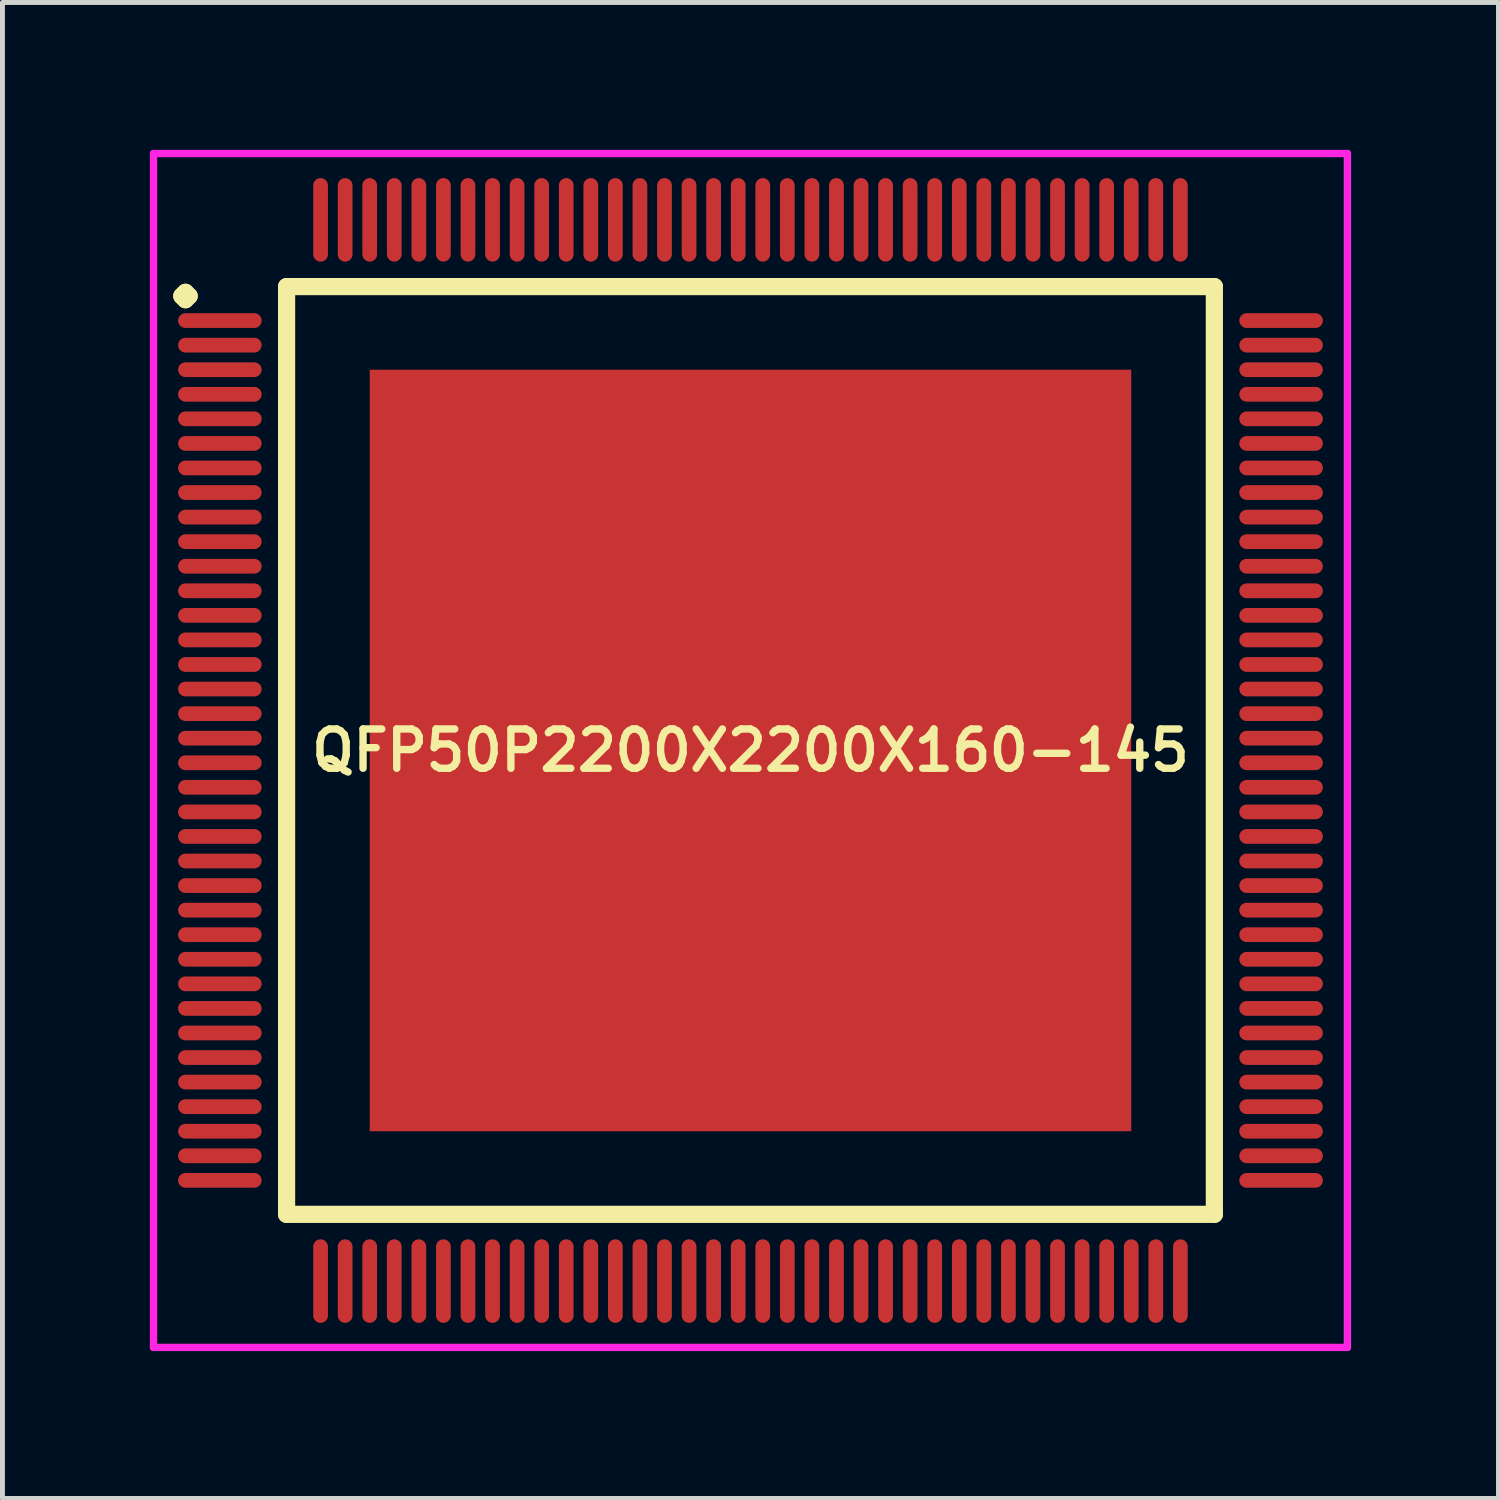
<source format=kicad_pcb>
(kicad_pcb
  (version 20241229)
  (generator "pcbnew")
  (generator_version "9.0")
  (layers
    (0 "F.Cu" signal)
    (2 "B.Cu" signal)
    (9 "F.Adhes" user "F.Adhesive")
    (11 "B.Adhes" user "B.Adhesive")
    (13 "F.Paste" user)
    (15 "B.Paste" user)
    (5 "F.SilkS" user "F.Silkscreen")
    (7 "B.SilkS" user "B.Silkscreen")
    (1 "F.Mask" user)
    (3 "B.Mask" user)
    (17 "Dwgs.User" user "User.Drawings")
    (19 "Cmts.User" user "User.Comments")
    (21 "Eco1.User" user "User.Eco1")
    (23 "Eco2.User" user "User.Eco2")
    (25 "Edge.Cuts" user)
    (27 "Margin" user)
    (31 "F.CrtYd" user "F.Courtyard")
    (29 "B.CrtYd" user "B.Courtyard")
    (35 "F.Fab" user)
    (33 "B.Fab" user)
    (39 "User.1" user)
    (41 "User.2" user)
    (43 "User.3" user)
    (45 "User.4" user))
  (footprint "QFP50P2200X2200X160-145"
    (layer "F.Cu")
    (at 12.225 12.225)
    (property "Reference" "QFP50P2200X2200X160-145" (at 0 0 0) (layer "F.SilkS") (effects (font (size 0.8 0.8) (thickness 0.15))))
    (attr smd)
    (fp_line (start -11.575 -9.25) (end -11.5 -9.325) (stroke (width 0.35) (type solid)) (layer "F.SilkS"))
    (fp_line (start -11.5 -9.325) (end -11.425 -9.25) (stroke (width 0.35) (type solid)) (layer "F.SilkS"))
    (fp_line (start -11.5 -9.175) (end -11.575 -9.25) (stroke (width 0.35) (type solid)) (layer "F.SilkS"))
    (fp_line (start -11.425 -9.25) (end -11.5 -9.175) (stroke (width 0.35) (type solid)) (layer "F.SilkS"))
    (fp_line (start -9.442 -9.442) (end -9.442 9.442) (stroke (width 0.35) (type solid)) (layer "F.SilkS"))
    (fp_line (start -9.442 9.442) (end 9.442 9.442) (stroke (width 0.35) (type solid)) (layer "F.SilkS"))
    (fp_line (start 9.442 -9.442) (end -9.442 -9.442) (stroke (width 0.35) (type solid)) (layer "F.SilkS"))
    (fp_line (start 9.442 9.442) (end 9.442 -9.442) (stroke (width 0.35) (type solid)) (layer "F.SilkS"))
    (fp_line (start -12.15 -12.15) (end 12.15 -12.15) (stroke (width 0.15) (type solid)) (layer "F.CrtYd"))
    (fp_line (start -12.15 12.15) (end -12.15 -12.15) (stroke (width 0.15) (type solid)) (layer "F.CrtYd"))
    (fp_line (start 12.15 -12.15) (end 12.15 12.15) (stroke (width 0.15) (type solid)) (layer "F.CrtYd"))
    (fp_line (start 12.15 12.15) (end -12.15 12.15) (stroke (width 0.15) (type solid)) (layer "F.CrtYd"))
    (pad "1" smd oval (at -10.8 -8.75) (size 1.7 0.3) (layers "F.Cu" "F.Mask" "F.Paste"))
    (pad "2" smd oval (at -10.8 -8.25) (size 1.7 0.3) (layers "F.Cu" "F.Mask" "F.Paste"))
    (pad "3" smd oval (at -10.8 -7.75) (size 1.7 0.3) (layers "F.Cu" "F.Mask" "F.Paste"))
    (pad "4" smd oval (at -10.8 -7.25) (size 1.7 0.3) (layers "F.Cu" "F.Mask" "F.Paste"))
    (pad "5" smd oval (at -10.8 -6.75) (size 1.7 0.3) (layers "F.Cu" "F.Mask" "F.Paste"))
    (pad "6" smd oval (at -10.8 -6.25) (size 1.7 0.3) (layers "F.Cu" "F.Mask" "F.Paste"))
    (pad "7" smd oval (at -10.8 -5.75) (size 1.7 0.3) (layers "F.Cu" "F.Mask" "F.Paste"))
    (pad "8" smd oval (at -10.8 -5.25) (size 1.7 0.3) (layers "F.Cu" "F.Mask" "F.Paste"))
    (pad "9" smd oval (at -10.8 -4.75) (size 1.7 0.3) (layers "F.Cu" "F.Mask" "F.Paste"))
    (pad "10" smd oval (at -10.8 -4.25) (size 1.7 0.3) (layers "F.Cu" "F.Mask" "F.Paste"))
    (pad "11" smd oval (at -10.8 -3.75) (size 1.7 0.3) (layers "F.Cu" "F.Mask" "F.Paste"))
    (pad "12" smd oval (at -10.8 -3.25) (size 1.7 0.3) (layers "F.Cu" "F.Mask" "F.Paste"))
    (pad "13" smd oval (at -10.8 -2.75) (size 1.7 0.3) (layers "F.Cu" "F.Mask" "F.Paste"))
    (pad "14" smd oval (at -10.8 -2.25) (size 1.7 0.3) (layers "F.Cu" "F.Mask" "F.Paste"))
    (pad "15" smd oval (at -10.8 -1.75) (size 1.7 0.3) (layers "F.Cu" "F.Mask" "F.Paste"))
    (pad "16" smd oval (at -10.8 -1.25) (size 1.7 0.3) (layers "F.Cu" "F.Mask" "F.Paste"))
    (pad "17" smd oval (at -10.8 -0.75) (size 1.7 0.3) (layers "F.Cu" "F.Mask" "F.Paste"))
    (pad "18" smd oval (at -10.8 -0.25) (size 1.7 0.3) (layers "F.Cu" "F.Mask" "F.Paste"))
    (pad "19" smd oval (at -10.8 0.25) (size 1.7 0.3) (layers "F.Cu" "F.Mask" "F.Paste"))
    (pad "20" smd oval (at -10.8 0.75) (size 1.7 0.3) (layers "F.Cu" "F.Mask" "F.Paste"))
    (pad "21" smd oval (at -10.8 1.25) (size 1.7 0.3) (layers "F.Cu" "F.Mask" "F.Paste"))
    (pad "22" smd oval (at -10.8 1.75) (size 1.7 0.3) (layers "F.Cu" "F.Mask" "F.Paste"))
    (pad "23" smd oval (at -10.8 2.25) (size 1.7 0.3) (layers "F.Cu" "F.Mask" "F.Paste"))
    (pad "24" smd oval (at -10.8 2.75) (size 1.7 0.3) (layers "F.Cu" "F.Mask" "F.Paste"))
    (pad "25" smd oval (at -10.8 3.25) (size 1.7 0.3) (layers "F.Cu" "F.Mask" "F.Paste"))
    (pad "26" smd oval (at -10.8 3.75) (size 1.7 0.3) (layers "F.Cu" "F.Mask" "F.Paste"))
    (pad "27" smd oval (at -10.8 4.25) (size 1.7 0.3) (layers "F.Cu" "F.Mask" "F.Paste"))
    (pad "28" smd oval (at -10.8 4.75) (size 1.7 0.3) (layers "F.Cu" "F.Mask" "F.Paste"))
    (pad "29" smd oval (at -10.8 5.25) (size 1.7 0.3) (layers "F.Cu" "F.Mask" "F.Paste"))
    (pad "30" smd oval (at -10.8 5.75) (size 1.7 0.3) (layers "F.Cu" "F.Mask" "F.Paste"))
    (pad "31" smd oval (at -10.8 6.25) (size 1.7 0.3) (layers "F.Cu" "F.Mask" "F.Paste"))
    (pad "32" smd oval (at -10.8 6.75) (size 1.7 0.3) (layers "F.Cu" "F.Mask" "F.Paste"))
    (pad "33" smd oval (at -10.8 7.25) (size 1.7 0.3) (layers "F.Cu" "F.Mask" "F.Paste"))
    (pad "34" smd oval (at -10.8 7.75) (size 1.7 0.3) (layers "F.Cu" "F.Mask" "F.Paste"))
    (pad "35" smd oval (at -10.8 8.25) (size 1.7 0.3) (layers "F.Cu" "F.Mask" "F.Paste"))
    (pad "36" smd oval (at -10.8 8.75) (size 1.7 0.3) (layers "F.Cu" "F.Mask" "F.Paste"))
    (pad "37" smd oval (at -8.75 10.8) (size 0.3 1.7) (layers "F.Cu" "F.Mask" "F.Paste"))
    (pad "38" smd oval (at -8.25 10.8) (size 0.3 1.7) (layers "F.Cu" "F.Mask" "F.Paste"))
    (pad "39" smd oval (at -7.75 10.8) (size 0.3 1.7) (layers "F.Cu" "F.Mask" "F.Paste"))
    (pad "40" smd oval (at -7.25 10.8) (size 0.3 1.7) (layers "F.Cu" "F.Mask" "F.Paste"))
    (pad "41" smd oval (at -6.75 10.8) (size 0.3 1.7) (layers "F.Cu" "F.Mask" "F.Paste"))
    (pad "42" smd oval (at -6.25 10.8) (size 0.3 1.7) (layers "F.Cu" "F.Mask" "F.Paste"))
    (pad "43" smd oval (at -5.75 10.8) (size 0.3 1.7) (layers "F.Cu" "F.Mask" "F.Paste"))
    (pad "44" smd oval (at -5.25 10.8) (size 0.3 1.7) (layers "F.Cu" "F.Mask" "F.Paste"))
    (pad "45" smd oval (at -4.75 10.8) (size 0.3 1.7) (layers "F.Cu" "F.Mask" "F.Paste"))
    (pad "46" smd oval (at -4.25 10.8) (size 0.3 1.7) (layers "F.Cu" "F.Mask" "F.Paste"))
    (pad "47" smd oval (at -3.75 10.8) (size 0.3 1.7) (layers "F.Cu" "F.Mask" "F.Paste"))
    (pad "48" smd oval (at -3.25 10.8) (size 0.3 1.7) (layers "F.Cu" "F.Mask" "F.Paste"))
    (pad "49" smd oval (at -2.75 10.8) (size 0.3 1.7) (layers "F.Cu" "F.Mask" "F.Paste"))
    (pad "50" smd oval (at -2.25 10.8) (size 0.3 1.7) (layers "F.Cu" "F.Mask" "F.Paste"))
    (pad "51" smd oval (at -1.75 10.8) (size 0.3 1.7) (layers "F.Cu" "F.Mask" "F.Paste"))
    (pad "52" smd oval (at -1.25 10.8) (size 0.3 1.7) (layers "F.Cu" "F.Mask" "F.Paste"))
    (pad "53" smd oval (at -0.75 10.8) (size 0.3 1.7) (layers "F.Cu" "F.Mask" "F.Paste"))
    (pad "54" smd oval (at -0.25 10.8) (size 0.3 1.7) (layers "F.Cu" "F.Mask" "F.Paste"))
    (pad "55" smd oval (at 0.25 10.8) (size 0.3 1.7) (layers "F.Cu" "F.Mask" "F.Paste"))
    (pad "56" smd oval (at 0.75 10.8) (size 0.3 1.7) (layers "F.Cu" "F.Mask" "F.Paste"))
    (pad "57" smd oval (at 1.25 10.8) (size 0.3 1.7) (layers "F.Cu" "F.Mask" "F.Paste"))
    (pad "58" smd oval (at 1.75 10.8) (size 0.3 1.7) (layers "F.Cu" "F.Mask" "F.Paste"))
    (pad "59" smd oval (at 2.25 10.8) (size 0.3 1.7) (layers "F.Cu" "F.Mask" "F.Paste"))
    (pad "60" smd oval (at 2.75 10.8) (size 0.3 1.7) (layers "F.Cu" "F.Mask" "F.Paste"))
    (pad "61" smd oval (at 3.25 10.8) (size 0.3 1.7) (layers "F.Cu" "F.Mask" "F.Paste"))
    (pad "62" smd oval (at 3.75 10.8) (size 0.3 1.7) (layers "F.Cu" "F.Mask" "F.Paste"))
    (pad "63" smd oval (at 4.25 10.8) (size 0.3 1.7) (layers "F.Cu" "F.Mask" "F.Paste"))
    (pad "64" smd oval (at 4.75 10.8) (size 0.3 1.7) (layers "F.Cu" "F.Mask" "F.Paste"))
    (pad "65" smd oval (at 5.25 10.8) (size 0.3 1.7) (layers "F.Cu" "F.Mask" "F.Paste"))
    (pad "66" smd oval (at 5.75 10.8) (size 0.3 1.7) (layers "F.Cu" "F.Mask" "F.Paste"))
    (pad "67" smd oval (at 6.25 10.8) (size 0.3 1.7) (layers "F.Cu" "F.Mask" "F.Paste"))
    (pad "68" smd oval (at 6.75 10.8) (size 0.3 1.7) (layers "F.Cu" "F.Mask" "F.Paste"))
    (pad "69" smd oval (at 7.25 10.8) (size 0.3 1.7) (layers "F.Cu" "F.Mask" "F.Paste"))
    (pad "70" smd oval (at 7.75 10.8) (size 0.3 1.7) (layers "F.Cu" "F.Mask" "F.Paste"))
    (pad "71" smd oval (at 8.25 10.8) (size 0.3 1.7) (layers "F.Cu" "F.Mask" "F.Paste"))
    (pad "72" smd oval (at 8.75 10.8) (size 0.3 1.7) (layers "F.Cu" "F.Mask" "F.Paste"))
    (pad "73" smd oval (at 10.8 8.75) (size 1.7 0.3) (layers "F.Cu" "F.Mask" "F.Paste"))
    (pad "74" smd oval (at 10.8 8.25) (size 1.7 0.3) (layers "F.Cu" "F.Mask" "F.Paste"))
    (pad "75" smd oval (at 10.8 7.75) (size 1.7 0.3) (layers "F.Cu" "F.Mask" "F.Paste"))
    (pad "76" smd oval (at 10.8 7.25) (size 1.7 0.3) (layers "F.Cu" "F.Mask" "F.Paste"))
    (pad "77" smd oval (at 10.8 6.75) (size 1.7 0.3) (layers "F.Cu" "F.Mask" "F.Paste"))
    (pad "78" smd oval (at 10.8 6.25) (size 1.7 0.3) (layers "F.Cu" "F.Mask" "F.Paste"))
    (pad "79" smd oval (at 10.8 5.75) (size 1.7 0.3) (layers "F.Cu" "F.Mask" "F.Paste"))
    (pad "80" smd oval (at 10.8 5.25) (size 1.7 0.3) (layers "F.Cu" "F.Mask" "F.Paste"))
    (pad "81" smd oval (at 10.8 4.75) (size 1.7 0.3) (layers "F.Cu" "F.Mask" "F.Paste"))
    (pad "82" smd oval (at 10.8 4.25) (size 1.7 0.3) (layers "F.Cu" "F.Mask" "F.Paste"))
    (pad "83" smd oval (at 10.8 3.75) (size 1.7 0.3) (layers "F.Cu" "F.Mask" "F.Paste"))
    (pad "84" smd oval (at 10.8 3.25) (size 1.7 0.3) (layers "F.Cu" "F.Mask" "F.Paste"))
    (pad "85" smd oval (at 10.8 2.75) (size 1.7 0.3) (layers "F.Cu" "F.Mask" "F.Paste"))
    (pad "86" smd oval (at 10.8 2.25) (size 1.7 0.3) (layers "F.Cu" "F.Mask" "F.Paste"))
    (pad "87" smd oval (at 10.8 1.75) (size 1.7 0.3) (layers "F.Cu" "F.Mask" "F.Paste"))
    (pad "88" smd oval (at 10.8 1.25) (size 1.7 0.3) (layers "F.Cu" "F.Mask" "F.Paste"))
    (pad "89" smd oval (at 10.8 0.75) (size 1.7 0.3) (layers "F.Cu" "F.Mask" "F.Paste"))
    (pad "90" smd oval (at 10.8 0.25) (size 1.7 0.3) (layers "F.Cu" "F.Mask" "F.Paste"))
    (pad "91" smd oval (at 10.8 -0.25) (size 1.7 0.3) (layers "F.Cu" "F.Mask" "F.Paste"))
    (pad "92" smd oval (at 10.8 -0.75) (size 1.7 0.3) (layers "F.Cu" "F.Mask" "F.Paste"))
    (pad "93" smd oval (at 10.8 -1.25) (size 1.7 0.3) (layers "F.Cu" "F.Mask" "F.Paste"))
    (pad "94" smd oval (at 10.8 -1.75) (size 1.7 0.3) (layers "F.Cu" "F.Mask" "F.Paste"))
    (pad "95" smd oval (at 10.8 -2.25) (size 1.7 0.3) (layers "F.Cu" "F.Mask" "F.Paste"))
    (pad "96" smd oval (at 10.8 -2.75) (size 1.7 0.3) (layers "F.Cu" "F.Mask" "F.Paste"))
    (pad "97" smd oval (at 10.8 -3.25) (size 1.7 0.3) (layers "F.Cu" "F.Mask" "F.Paste"))
    (pad "98" smd oval (at 10.8 -3.75) (size 1.7 0.3) (layers "F.Cu" "F.Mask" "F.Paste"))
    (pad "99" smd oval (at 10.8 -4.25) (size 1.7 0.3) (layers "F.Cu" "F.Mask" "F.Paste"))
    (pad "100" smd oval (at 10.8 -4.75) (size 1.7 0.3) (layers "F.Cu" "F.Mask" "F.Paste"))
    (pad "101" smd oval (at 10.8 -5.25) (size 1.7 0.3) (layers "F.Cu" "F.Mask" "F.Paste"))
    (pad "102" smd oval (at 10.8 -5.75) (size 1.7 0.3) (layers "F.Cu" "F.Mask" "F.Paste"))
    (pad "103" smd oval (at 10.8 -6.25) (size 1.7 0.3) (layers "F.Cu" "F.Mask" "F.Paste"))
    (pad "104" smd oval (at 10.8 -6.75) (size 1.7 0.3) (layers "F.Cu" "F.Mask" "F.Paste"))
    (pad "105" smd oval (at 10.8 -7.25) (size 1.7 0.3) (layers "F.Cu" "F.Mask" "F.Paste"))
    (pad "106" smd oval (at 10.8 -7.75) (size 1.7 0.3) (layers "F.Cu" "F.Mask" "F.Paste"))
    (pad "107" smd oval (at 10.8 -8.25) (size 1.7 0.3) (layers "F.Cu" "F.Mask" "F.Paste"))
    (pad "108" smd oval (at 10.8 -8.75) (size 1.7 0.3) (layers "F.Cu" "F.Mask" "F.Paste"))
    (pad "109" smd oval (at 8.75 -10.8) (size 0.3 1.7) (layers "F.Cu" "F.Mask" "F.Paste"))
    (pad "110" smd oval (at 8.25 -10.8) (size 0.3 1.7) (layers "F.Cu" "F.Mask" "F.Paste"))
    (pad "111" smd oval (at 7.75 -10.8) (size 0.3 1.7) (layers "F.Cu" "F.Mask" "F.Paste"))
    (pad "112" smd oval (at 7.25 -10.8) (size 0.3 1.7) (layers "F.Cu" "F.Mask" "F.Paste"))
    (pad "113" smd oval (at 6.75 -10.8) (size 0.3 1.7) (layers "F.Cu" "F.Mask" "F.Paste"))
    (pad "114" smd oval (at 6.25 -10.8) (size 0.3 1.7) (layers "F.Cu" "F.Mask" "F.Paste"))
    (pad "115" smd oval (at 5.75 -10.8) (size 0.3 1.7) (layers "F.Cu" "F.Mask" "F.Paste"))
    (pad "116" smd oval (at 5.25 -10.8) (size 0.3 1.7) (layers "F.Cu" "F.Mask" "F.Paste"))
    (pad "117" smd oval (at 4.75 -10.8) (size 0.3 1.7) (layers "F.Cu" "F.Mask" "F.Paste"))
    (pad "118" smd oval (at 4.25 -10.8) (size 0.3 1.7) (layers "F.Cu" "F.Mask" "F.Paste"))
    (pad "119" smd oval (at 3.75 -10.8) (size 0.3 1.7) (layers "F.Cu" "F.Mask" "F.Paste"))
    (pad "120" smd oval (at 3.25 -10.8) (size 0.3 1.7) (layers "F.Cu" "F.Mask" "F.Paste"))
    (pad "121" smd oval (at 2.75 -10.8) (size 0.3 1.7) (layers "F.Cu" "F.Mask" "F.Paste"))
    (pad "122" smd oval (at 2.25 -10.8) (size 0.3 1.7) (layers "F.Cu" "F.Mask" "F.Paste"))
    (pad "123" smd oval (at 1.75 -10.8) (size 0.3 1.7) (layers "F.Cu" "F.Mask" "F.Paste"))
    (pad "124" smd oval (at 1.25 -10.8) (size 0.3 1.7) (layers "F.Cu" "F.Mask" "F.Paste"))
    (pad "125" smd oval (at 0.75 -10.8) (size 0.3 1.7) (layers "F.Cu" "F.Mask" "F.Paste"))
    (pad "126" smd oval (at 0.25 -10.8) (size 0.3 1.7) (layers "F.Cu" "F.Mask" "F.Paste"))
    (pad "127" smd oval (at -0.25 -10.8) (size 0.3 1.7) (layers "F.Cu" "F.Mask" "F.Paste"))
    (pad "128" smd oval (at -0.75 -10.8) (size 0.3 1.7) (layers "F.Cu" "F.Mask" "F.Paste"))
    (pad "129" smd oval (at -1.25 -10.8) (size 0.3 1.7) (layers "F.Cu" "F.Mask" "F.Paste"))
    (pad "130" smd oval (at -1.75 -10.8) (size 0.3 1.7) (layers "F.Cu" "F.Mask" "F.Paste"))
    (pad "131" smd oval (at -2.25 -10.8) (size 0.3 1.7) (layers "F.Cu" "F.Mask" "F.Paste"))
    (pad "132" smd oval (at -2.75 -10.8) (size 0.3 1.7) (layers "F.Cu" "F.Mask" "F.Paste"))
    (pad "133" smd oval (at -3.25 -10.8) (size 0.3 1.7) (layers "F.Cu" "F.Mask" "F.Paste"))
    (pad "134" smd oval (at -3.75 -10.8) (size 0.3 1.7) (layers "F.Cu" "F.Mask" "F.Paste"))
    (pad "135" smd oval (at -4.25 -10.8) (size 0.3 1.7) (layers "F.Cu" "F.Mask" "F.Paste"))
    (pad "136" smd oval (at -4.75 -10.8) (size 0.3 1.7) (layers "F.Cu" "F.Mask" "F.Paste"))
    (pad "137" smd oval (at -5.25 -10.8) (size 0.3 1.7) (layers "F.Cu" "F.Mask" "F.Paste"))
    (pad "138" smd oval (at -5.75 -10.8) (size 0.3 1.7) (layers "F.Cu" "F.Mask" "F.Paste"))
    (pad "139" smd oval (at -6.25 -10.8) (size 0.3 1.7) (layers "F.Cu" "F.Mask" "F.Paste"))
    (pad "140" smd oval (at -6.75 -10.8) (size 0.3 1.7) (layers "F.Cu" "F.Mask" "F.Paste"))
    (pad "141" smd oval (at -7.25 -10.8) (size 0.3 1.7) (layers "F.Cu" "F.Mask" "F.Paste"))
    (pad "142" smd oval (at -7.75 -10.8) (size 0.3 1.7) (layers "F.Cu" "F.Mask" "F.Paste"))
    (pad "143" smd oval (at -8.25 -10.8) (size 0.3 1.7) (layers "F.Cu" "F.Mask" "F.Paste"))
    (pad "144" smd oval (at -8.75 -10.8) (size 0.3 1.7) (layers "F.Cu" "F.Mask" "F.Paste"))
    (pad "145" smd rect (at 0 0) (size 15.5 15.5) (layers "F.Cu" "F.Mask" "F.Paste")))
  (gr_rect
    (start -3 -3)
    (end 27.45 27.45)
    (stroke (width 0.1) (type default))
    (fill no)
    (layer "Edge.Cuts")))
</source>
